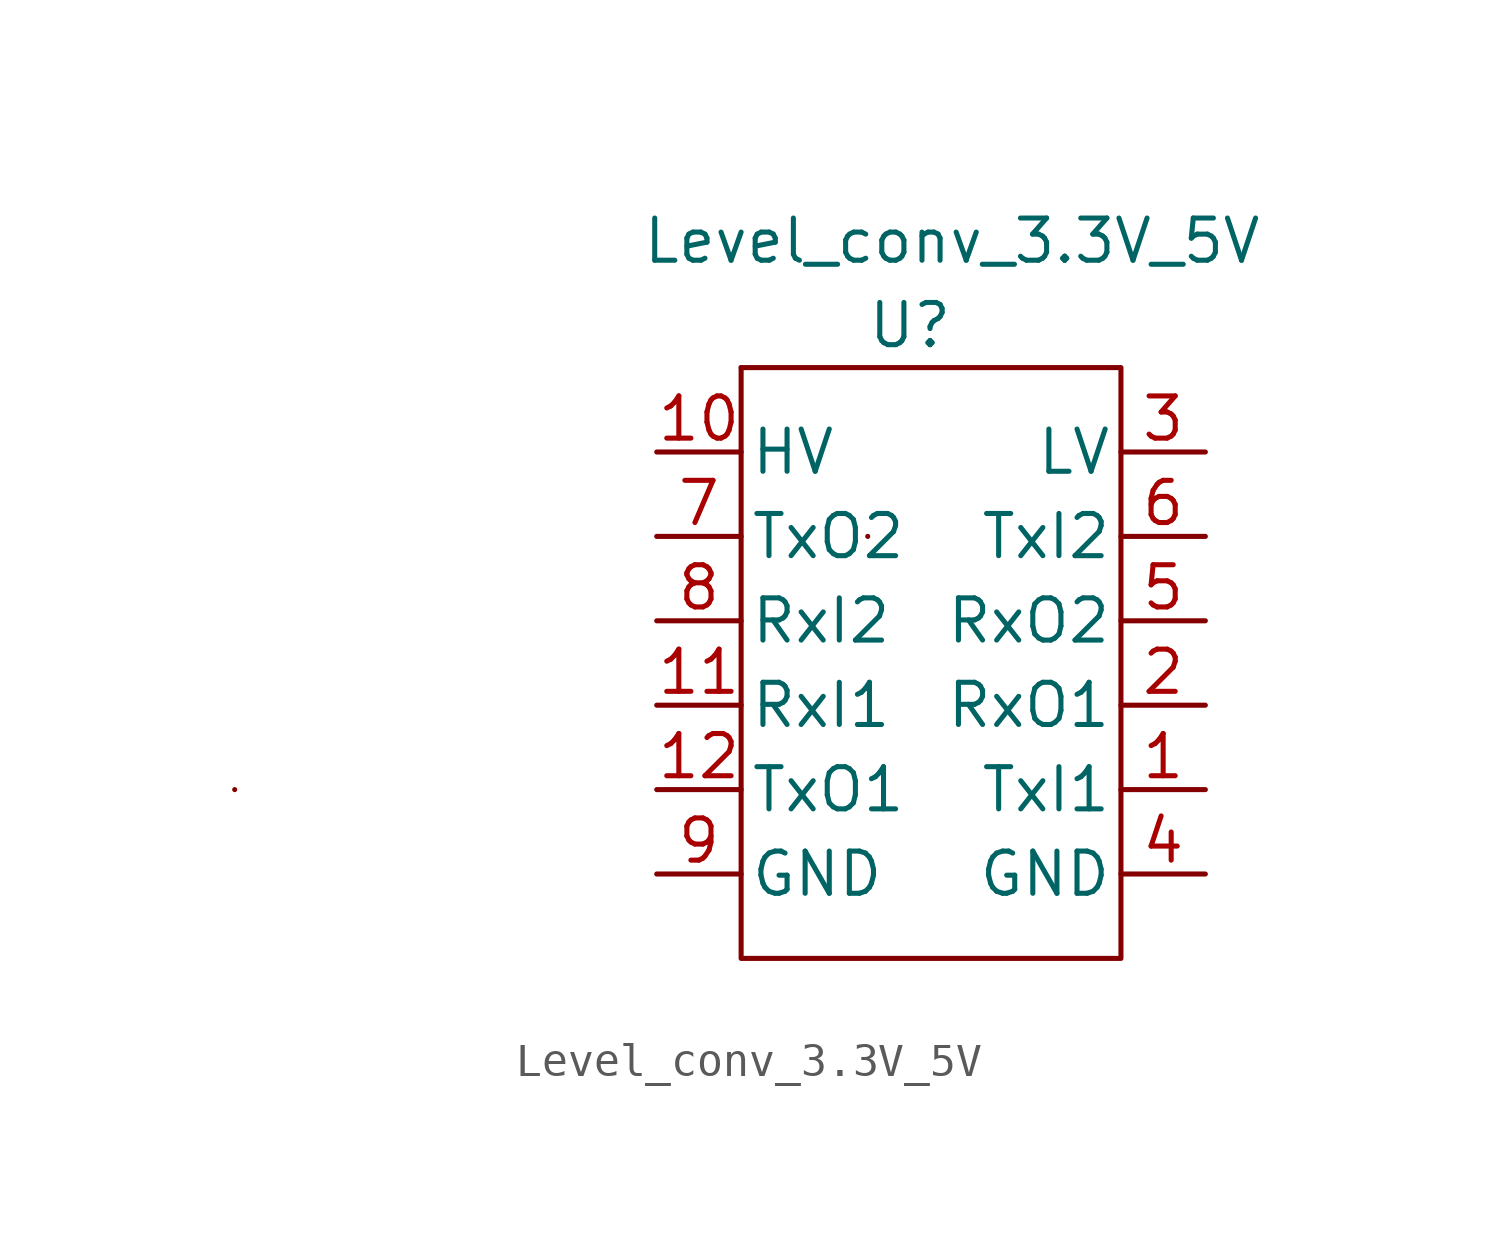
<source format=kicad_sym>
(kicad_symbol_lib
  (version 20211014)
  (generator kicad_symbol_editor)
  (symbol "Level_conv_3.3V_5V"
    (pin_names
      (offset 0.254))
    (property "Reference" "U"
      (at -1.27 0 0)
      (effects (font (size 1.27 1.27))))
    (property "Value" "Level_conv_3.3V_5V"
      (at 0 2.54 0)
      (effects (font (size 1.27 1.27))))
    (symbol "Level_conv_3.3V_5V_0_1"
      (rectangle (start -21.59 -13.97) (end -21.59 -13.97) (stroke (width 0) (type default) (color 0 0 0 0)) (fill (type none)))
      (rectangle (start -6.35 -1.27) (end -6.35 -1.27) (stroke (width 0) (type default) (color 0 0 0 0)) (fill (type none)))
      (rectangle (start -6.35 -1.27) (end 5.08 -19.05) (stroke (width 0) (type default) (color 0 0 0 0)) (fill (type none)))
      (rectangle (start -2.54 -6.35) (end -2.54 -6.35) (stroke (width 0) (type default) (color 0 0 0 0)) (fill (type none))))
    (symbol "Level_conv_3.3V_5V_1_1"
      (pin input line (at 7.62 -13.97 180) (length 2.54) (name "TxI1" (effects (font (size 1.27 1.27)))) (number "1" (effects (font (size 1.27 1.27)))))
      (pin power_in line (at -8.89 -3.81 0) (length 2.54) (name "HV" (effects (font (size 1.27 1.27)))) (number "10" (effects (font (size 1.27 1.27)))))
      (pin input line (at -8.89 -11.43 0) (length 2.54) (name "RxI1" (effects (font (size 1.27 1.27)))) (number "11" (effects (font (size 1.27 1.27)))))
      (pin output line (at -8.89 -13.97 0) (length 2.54) (name "TxO1" (effects (font (size 1.27 1.27)))) (number "12" (effects (font (size 1.27 1.27)))))
      (pin output line (at 7.62 -11.43 180) (length 2.54) (name "RxO1" (effects (font (size 1.27 1.27)))) (number "2" (effects (font (size 1.27 1.27)))))
      (pin power_in line (at 7.62 -3.81 180) (length 2.54) (name "LV" (effects (font (size 1.27 1.27)))) (number "3" (effects (font (size 1.27 1.27)))))
      (pin power_in line (at 7.62 -16.51 180) (length 2.54) (name "GND" (effects (font (size 1.27 1.27)))) (number "4" (effects (font (size 1.27 1.27)))))
      (pin output line (at 7.62 -8.89 180) (length 2.54) (name "RxO2" (effects (font (size 1.27 1.27)))) (number "5" (effects (font (size 1.27 1.27)))))
      (pin input line (at 7.62 -6.35 180) (length 2.54) (name "TxI2" (effects (font (size 1.27 1.27)))) (number "6" (effects (font (size 1.27 1.27)))))
      (pin output line (at -8.89 -6.35 0) (length 2.54) (name "TxO2" (effects (font (size 1.27 1.27)))) (number "7" (effects (font (size 1.27 1.27)))))
      (pin input line (at -8.89 -8.89 0) (length 2.54) (name "RxI2" (effects (font (size 1.27 1.27)))) (number "8" (effects (font (size 1.27 1.27)))))
      (pin power_in line (at -8.89 -16.51 0) (length 2.54) (name "GND" (effects (font (size 1.27 1.27)))) (number "9" (effects (font (size 1.27 1.27))))))))
</source>
